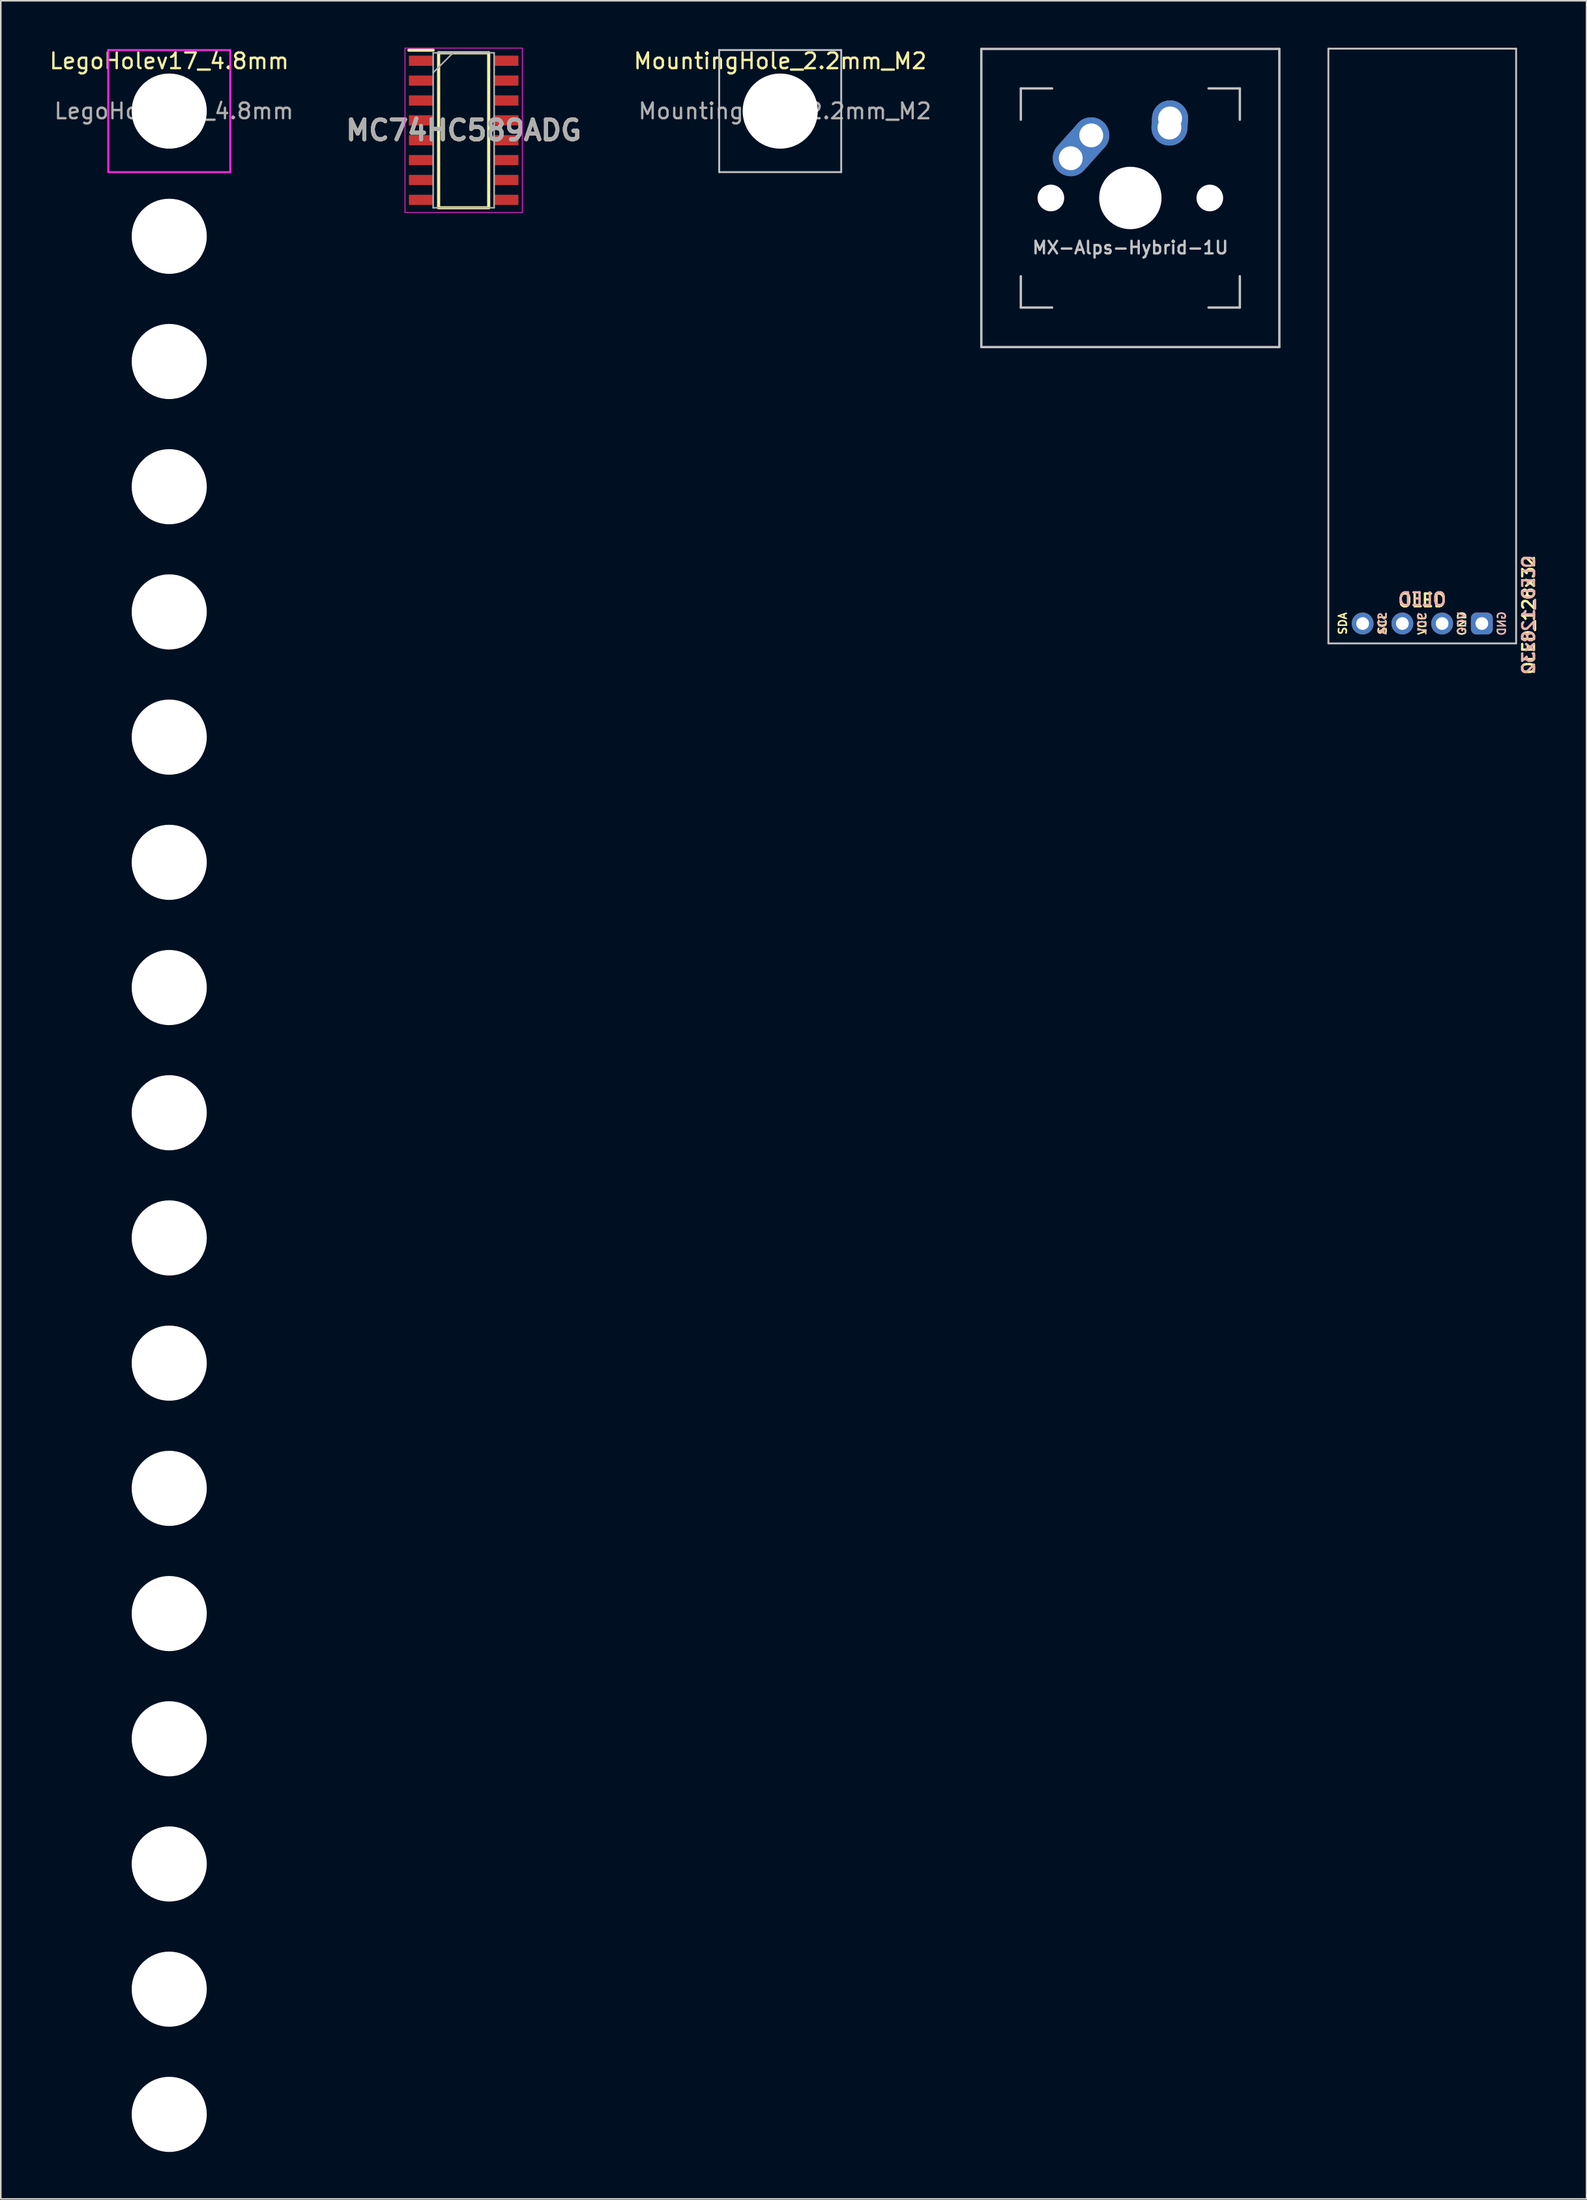
<source format=kicad_pcb>
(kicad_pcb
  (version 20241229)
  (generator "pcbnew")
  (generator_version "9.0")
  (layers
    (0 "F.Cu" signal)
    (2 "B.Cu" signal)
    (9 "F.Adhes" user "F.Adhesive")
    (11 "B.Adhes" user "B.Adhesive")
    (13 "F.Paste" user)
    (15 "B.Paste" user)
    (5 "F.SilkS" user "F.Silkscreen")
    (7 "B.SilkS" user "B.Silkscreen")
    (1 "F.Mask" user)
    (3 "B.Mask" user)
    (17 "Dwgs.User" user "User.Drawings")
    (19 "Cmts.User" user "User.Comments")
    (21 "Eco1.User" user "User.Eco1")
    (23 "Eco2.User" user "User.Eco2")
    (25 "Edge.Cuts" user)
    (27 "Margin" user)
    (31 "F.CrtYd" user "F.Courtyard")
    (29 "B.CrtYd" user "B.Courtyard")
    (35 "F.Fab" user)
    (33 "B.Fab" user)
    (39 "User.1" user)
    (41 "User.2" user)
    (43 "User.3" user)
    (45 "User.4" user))
  (footprint "OLED_128x32"
    (layer "F.Cu")
    (at 87.866 36.79)
    (property "Reference" "OLED_128x32" (at 6.8 -0.55 270) (layer "F.SilkS") (effects (font (size 0.75 0.75) (thickness 0.15))))
    (property "Value" "OLED" (at 0 2.25 0) (layer "F.SilkS") (hide yes) (effects (font (size 0.813 0.813) (thickness 0.15))))
    (attr through_hole)
    (fp_line (start -6 -36.73) (end 6 -36.73) (stroke (width 0.12) (type solid)) (layer "Dwgs.User"))
    (fp_line (start -6 1.27) (end -6 -36.73) (stroke (width 0.12) (type solid)) (layer "Dwgs.User"))
    (fp_line (start -6 1.27) (end 6 1.27) (stroke (width 0.12) (type solid)) (layer "Dwgs.User"))
    (fp_line (start 6 -36.73) (end 6 1.27) (stroke (width 0.12) (type solid)) (layer "Dwgs.User"))
    (fp_text user "VCC" (at 0 0 90) (unlocked yes) (layer "F.SilkS") (effects (font (size 0.5 0.5) (thickness 0.1))))
    (fp_text user "SCL" (at -2.54 0 90) (unlocked yes) (layer "F.SilkS") (effects (font (size 0.5 0.5) (thickness 0.1))))
    (fp_text user "GND" (at 2.54 0 90) (unlocked yes) (layer "F.SilkS") (effects (font (size 0.5 0.5) (thickness 0.1))))
    (fp_text user "SDA" (at -5.08 0 90) (unlocked yes) (layer "F.SilkS") (effects (font (size 0.5 0.5) (thickness 0.1))))
    (fp_text user "${VALUE}" (at 0 -1.475 0) (layer "F.SilkS") (effects (font (size 0.813 0.813) (thickness 0.15))))
    (fp_text user "SDA" (at -2.54 0 90) (unlocked yes) (layer "B.SilkS") (effects (font (size 0.5 0.5) (thickness 0.1)) (justify mirror)))
    (fp_text user "SCL" (at 0 0 90) (unlocked yes) (layer "B.SilkS") (effects (font (size 0.5 0.5) (thickness 0.1)) (justify mirror)))
    (fp_text user "GND" (at 5.08 0 90) (unlocked yes) (layer "B.SilkS") (effects (font (size 0.5 0.5) (thickness 0.1)) (justify mirror)))
    (fp_text user "${VALUE}" (at 0 -1.55 0) (layer "B.SilkS") (effects (font (size 0.813 0.813) (thickness 0.15)) (justify mirror)))
    (fp_text user "VCC" (at 2.54 0 90) (unlocked yes) (layer "B.SilkS") (effects (font (size 0.5 0.5) (thickness 0.1)) (justify mirror)))
    (fp_text user "${REFERENCE}" (at 6.8 -0.55 270) (layer "B.SilkS") (effects (font (size 0.75 0.75) (thickness 0.15)) (justify mirror)))
    (pad "1" thru_hole circle (at -3.81 0) (size 1.397 1.397) (drill 0.813) (layers "*.Cu" "*.Mask"))
    (pad "2" thru_hole circle (at -1.27 0) (size 1.397 1.397) (drill 0.813) (layers "*.Cu" "*.Mask"))
    (pad "3" thru_hole circle (at 1.27 0) (size 1.397 1.397) (drill 0.813) (layers "*.Cu" "*.Mask"))
    (pad "4" thru_hole roundrect (at 3.81 0) (size 1.397 1.397) (drill 0.813) (layers "*.Cu" "*.Mask") (roundrect_rratio 0.25)))
  (footprint "MX-Alps-Hybrid-1U"
    (layer "F.Cu")
    (at 69.206 9.6)
    (property "Reference" "MX-Alps-Hybrid-1U" (at 0 3.175 0) (layer "Dwgs.User") (effects (font (size 0.8 0.8) (thickness 0.15))))
    (attr through_hole)
    (fp_line (start -9.525 9.525) (end -9.525 -9.525) (stroke (width 0.15) (type solid)) (layer "Dwgs.User"))
    (fp_line (start -7 -7) (end -7 -5) (stroke (width 0.15) (type solid)) (layer "Dwgs.User"))
    (fp_line (start -7 5) (end -7 7) (stroke (width 0.15) (type solid)) (layer "Dwgs.User"))
    (fp_line (start -7 7) (end -5 7) (stroke (width 0.15) (type solid)) (layer "Dwgs.User"))
    (fp_line (start -5 -7) (end -7 -7) (stroke (width 0.15) (type solid)) (layer "Dwgs.User"))
    (fp_line (start 5 -7) (end 7 -7) (stroke (width 0.15) (type solid)) (layer "Dwgs.User"))
    (fp_line (start 5 7) (end 7 7) (stroke (width 0.15) (type solid)) (layer "Dwgs.User"))
    (fp_line (start 7 -7) (end 7 -5) (stroke (width 0.15) (type solid)) (layer "Dwgs.User"))
    (fp_line (start 7 7) (end 7 5) (stroke (width 0.15) (type solid)) (layer "Dwgs.User"))
    (fp_line (start 9.525 -9.525) (end -9.525 -9.525) (stroke (width 0.15) (type solid)) (layer "Dwgs.User"))
    (fp_line (start 9.525 9.525) (end -9.525 9.525) (stroke (width 0.15) (type solid)) (layer "Dwgs.User"))
    (fp_line (start 9.525 9.525) (end 9.525 -9.525) (stroke (width 0.15) (type solid)) (layer "Dwgs.User"))
    (pad "" np_thru_hole circle (at -5.08 0 48.099) (size 1.702 1.702) (drill 1.702) (layers "*.Cu" "*.Mask"))
    (pad "" np_thru_hole circle (at 0 0) (size 3.988 3.988) (drill 3.988) (layers "*.Cu" "*.Mask"))
    (pad "" np_thru_hole circle (at 5.08 0 48.099) (size 1.702 1.702) (drill 1.702) (layers "*.Cu" "*.Mask"))
    (pad "1" thru_hole oval (at -3.81 -2.54 48.099) (size 4.262 2.3) (drill 1.524 (offset 0.981 0)) (layers "*.Cu" "B.Mask"))
    (pad "1" thru_hole circle (at -2.5 -4) (size 2.3 2.3) (drill 1.524) (layers "*.Cu" "B.Mask"))
    (pad "2" thru_hole oval (at 2.5 -4.5 86.054) (size 2.881 2.3) (drill 1.524 (offset 0.291 0)) (layers "*.Cu" "B.Mask"))
    (pad "2" thru_hole circle (at 2.54 -5.08) (size 2.3 2.3) (drill 1.524) (layers "*.Cu" "B.Mask")))
  (footprint "LegoHolev17_4.8mm"
    (layer "F.Cu")
    (at 7.768 4.048)
    (property "Reference" "LegoHolev17_4.8mm" (at 0 -3.2 0) (layer "F.SilkS") (effects (font (size 1 1) (thickness 0.15))))
    (attr exclude_from_pos_files exclude_from_bom)
    (fp_line (start -3.9 -3.9) (end -3.9 3.9) (stroke (width 0.12) (type solid)) (layer "F.CrtYd"))
    (fp_line (start -3.9 -3.9) (end 3.9 -3.9) (stroke (width 0.12) (type solid)) (layer "F.CrtYd"))
    (fp_line (start 3.9 3.9) (end -3.9 3.9) (stroke (width 0.12) (type solid)) (layer "F.CrtYd"))
    (fp_line (start 3.9 3.9) (end 3.9 -3.9) (stroke (width 0.12) (type solid)) (layer "F.CrtYd"))
    (fp_text user "${REFERENCE}" (at 0.3 0 0) (layer "F.Fab") (effects (font (size 1 1) (thickness 0.15))))
    (pad "" np_thru_hole circle (at 0 0) (size 4.8 4.8) (drill 4.8) (layers "*.Cu" "*.Mask"))
    (pad "" np_thru_hole circle (at 0 8) (size 4.8 4.8) (drill 4.8) (layers "*.Cu" "*.Mask"))
    (pad "" np_thru_hole circle (at 0 16) (size 4.8 4.8) (drill 4.8) (layers "*.Cu" "*.Mask"))
    (pad "" np_thru_hole circle (at 0 24) (size 4.8 4.8) (drill 4.8) (layers "*.Cu" "*.Mask"))
    (pad "" np_thru_hole circle (at 0 32) (size 4.8 4.8) (drill 4.8) (layers "*.Cu" "*.Mask"))
    (pad "" np_thru_hole circle (at 0 40) (size 4.8 4.8) (drill 4.8) (layers "*.Cu" "*.Mask"))
    (pad "" np_thru_hole circle (at 0 48) (size 4.8 4.8) (drill 4.8) (layers "*.Cu" "*.Mask"))
    (pad "" np_thru_hole circle (at 0 56) (size 4.8 4.8) (drill 4.8) (layers "*.Cu" "*.Mask"))
    (pad "" np_thru_hole circle (at 0 64) (size 4.8 4.8) (drill 4.8) (layers "*.Cu" "*.Mask"))
    (pad "" np_thru_hole circle (at 0 72) (size 4.8 4.8) (drill 4.8) (layers "*.Cu" "*.Mask"))
    (pad "" np_thru_hole circle (at 0 80) (size 4.8 4.8) (drill 4.8) (layers "*.Cu" "*.Mask"))
    (pad "" np_thru_hole circle (at 0 88) (size 4.8 4.8) (drill 4.8) (layers "*.Cu" "*.Mask"))
    (pad "" np_thru_hole circle (at 0 96) (size 4.8 4.8) (drill 4.8) (layers "*.Cu" "*.Mask"))
    (pad "" np_thru_hole circle (at 0 104) (size 4.8 4.8) (drill 4.8) (layers "*.Cu" "*.Mask"))
    (pad "" np_thru_hole circle (at 0 112) (size 4.8 4.8) (drill 4.8) (layers "*.Cu" "*.Mask"))
    (pad "" np_thru_hole circle (at 0 120) (size 4.8 4.8) (drill 4.8) (layers "*.Cu" "*.Mask"))
    (pad "" np_thru_hole circle (at 0 128) (size 4.8 4.8) (drill 4.8) (layers "*.Cu" "*.Mask")))
  (footprint "MountingHole_2.2mm_M2"
    (layer "F.Cu")
    (at 46.824 4.048)
    (property "Reference" "MountingHole_2.2mm_M2" (at 0 -3.2 0) (layer "F.SilkS") (effects (font (size 1 1) (thickness 0.15))))
    (attr exclude_from_pos_files exclude_from_bom)
    (fp_line (start -3.9 -3.9) (end 3.9 -3.9) (stroke (width 0.12) (type solid)) (layer "Dwgs.User"))
    (fp_line (start -3.9 3.9) (end -3.9 -3.9) (stroke (width 0.12) (type solid)) (layer "Dwgs.User"))
    (fp_line (start 3.9 -3.9) (end 3.9 3.9) (stroke (width 0.12) (type solid)) (layer "Dwgs.User"))
    (fp_line (start 3.9 3.9) (end -3.9 3.9) (stroke (width 0.12) (type solid)) (layer "Dwgs.User"))
    (fp_text user "${REFERENCE}" (at 0.3 0 0) (layer "F.Fab") (effects (font (size 1 1) (thickness 0.15))))
    (pad "" np_thru_hole circle (at 0 0) (size 4.8 4.8) (drill 4.8) (layers "*.Cu" "*.Mask")))
  (footprint "MC74HC589ADG"
    (layer "F.Cu")
    (at 26.589 5.275)
    (property "Reference" "MC74HC589ADG" (at 0 0 0) (layer "F.SilkS") (effects (font (size 1.27 1.27) (thickness 0.254))))
    (attr smd)
    (fp_line (start -3.5 -5.12) (end -1.95 -5.12) (stroke (width 0.2) (type solid)) (layer "F.SilkS"))
    (fp_line (start -1.6 -4.95) (end 1.6 -4.95) (stroke (width 0.2) (type solid)) (layer "F.SilkS"))
    (fp_line (start -1.6 4.95) (end -1.6 -4.95) (stroke (width 0.2) (type solid)) (layer "F.SilkS"))
    (fp_line (start 1.6 -4.95) (end 1.6 4.95) (stroke (width 0.2) (type solid)) (layer "F.SilkS"))
    (fp_line (start 1.6 4.95) (end -1.6 4.95) (stroke (width 0.2) (type solid)) (layer "F.SilkS"))
    (fp_line (start -3.75 -5.25) (end 3.75 -5.25) (stroke (width 0.05) (type solid)) (layer "F.CrtYd"))
    (fp_line (start -3.75 5.25) (end -3.75 -5.25) (stroke (width 0.05) (type solid)) (layer "F.CrtYd"))
    (fp_line (start 3.75 -5.25) (end 3.75 5.25) (stroke (width 0.05) (type solid)) (layer "F.CrtYd"))
    (fp_line (start 3.75 5.25) (end -3.75 5.25) (stroke (width 0.05) (type solid)) (layer "F.CrtYd"))
    (fp_line (start -1.95 -4.95) (end 1.95 -4.95) (stroke (width 0.1) (type solid)) (layer "F.Fab"))
    (fp_line (start -1.95 -3.68) (end -0.68 -4.95) (stroke (width 0.1) (type solid)) (layer "F.Fab"))
    (fp_line (start -1.95 4.95) (end -1.95 -4.95) (stroke (width 0.1) (type solid)) (layer "F.Fab"))
    (fp_line (start 1.95 -4.95) (end 1.95 4.95) (stroke (width 0.1) (type solid)) (layer "F.Fab"))
    (fp_line (start 1.95 4.95) (end -1.95 4.95) (stroke (width 0.1) (type solid)) (layer "F.Fab"))
    (fp_text user "${REFERENCE}" (at 0 0 0) (layer "F.Fab") (effects (font (size 1.27 1.27) (thickness 0.254))))
    (pad "1" smd rect (at -2.725 -4.445 90) (size 0.65 1.55) (layers "F.Cu" "F.Mask" "F.Paste"))
    (pad "2" smd rect (at -2.725 -3.175 90) (size 0.65 1.55) (layers "F.Cu" "F.Mask" "F.Paste"))
    (pad "3" smd rect (at -2.725 -1.905 90) (size 0.65 1.55) (layers "F.Cu" "F.Mask" "F.Paste"))
    (pad "4" smd rect (at -2.725 -0.635 90) (size 0.65 1.55) (layers "F.Cu" "F.Mask" "F.Paste"))
    (pad "5" smd rect (at -2.725 0.635 90) (size 0.65 1.55) (layers "F.Cu" "F.Mask" "F.Paste"))
    (pad "6" smd rect (at -2.725 1.905 90) (size 0.65 1.55) (layers "F.Cu" "F.Mask" "F.Paste"))
    (pad "7" smd rect (at -2.725 3.175 90) (size 0.65 1.55) (layers "F.Cu" "F.Mask" "F.Paste"))
    (pad "8" smd rect (at -2.725 4.445 90) (size 0.65 1.55) (layers "F.Cu" "F.Mask" "F.Paste"))
    (pad "9" smd rect (at 2.725 4.445 90) (size 0.65 1.55) (layers "F.Cu" "F.Mask" "F.Paste"))
    (pad "10" smd rect (at 2.725 3.175 90) (size 0.65 1.55) (layers "F.Cu" "F.Mask" "F.Paste"))
    (pad "11" smd rect (at 2.725 1.905 90) (size 0.65 1.55) (layers "F.Cu" "F.Mask" "F.Paste"))
    (pad "12" smd rect (at 2.725 0.635 90) (size 0.65 1.55) (layers "F.Cu" "F.Mask" "F.Paste"))
    (pad "13" smd rect (at 2.725 -0.635 90) (size 0.65 1.55) (layers "F.Cu" "F.Mask" "F.Paste"))
    (pad "14" smd rect (at 2.725 -1.905 90) (size 0.65 1.55) (layers "F.Cu" "F.Mask" "F.Paste"))
    (pad "15" smd rect (at 2.725 -3.175 90) (size 0.65 1.55) (layers "F.Cu" "F.Mask" "F.Paste"))
    (pad "16" smd rect (at 2.725 -4.445 90) (size 0.65 1.55) (layers "F.Cu" "F.Mask" "F.Paste")))
  (gr_rect
    (start -3 -3)
    (end 98.368 137.448)
    (stroke (width 0.1) (type default))
    (fill no)
    (layer "Edge.Cuts")))
</source>
